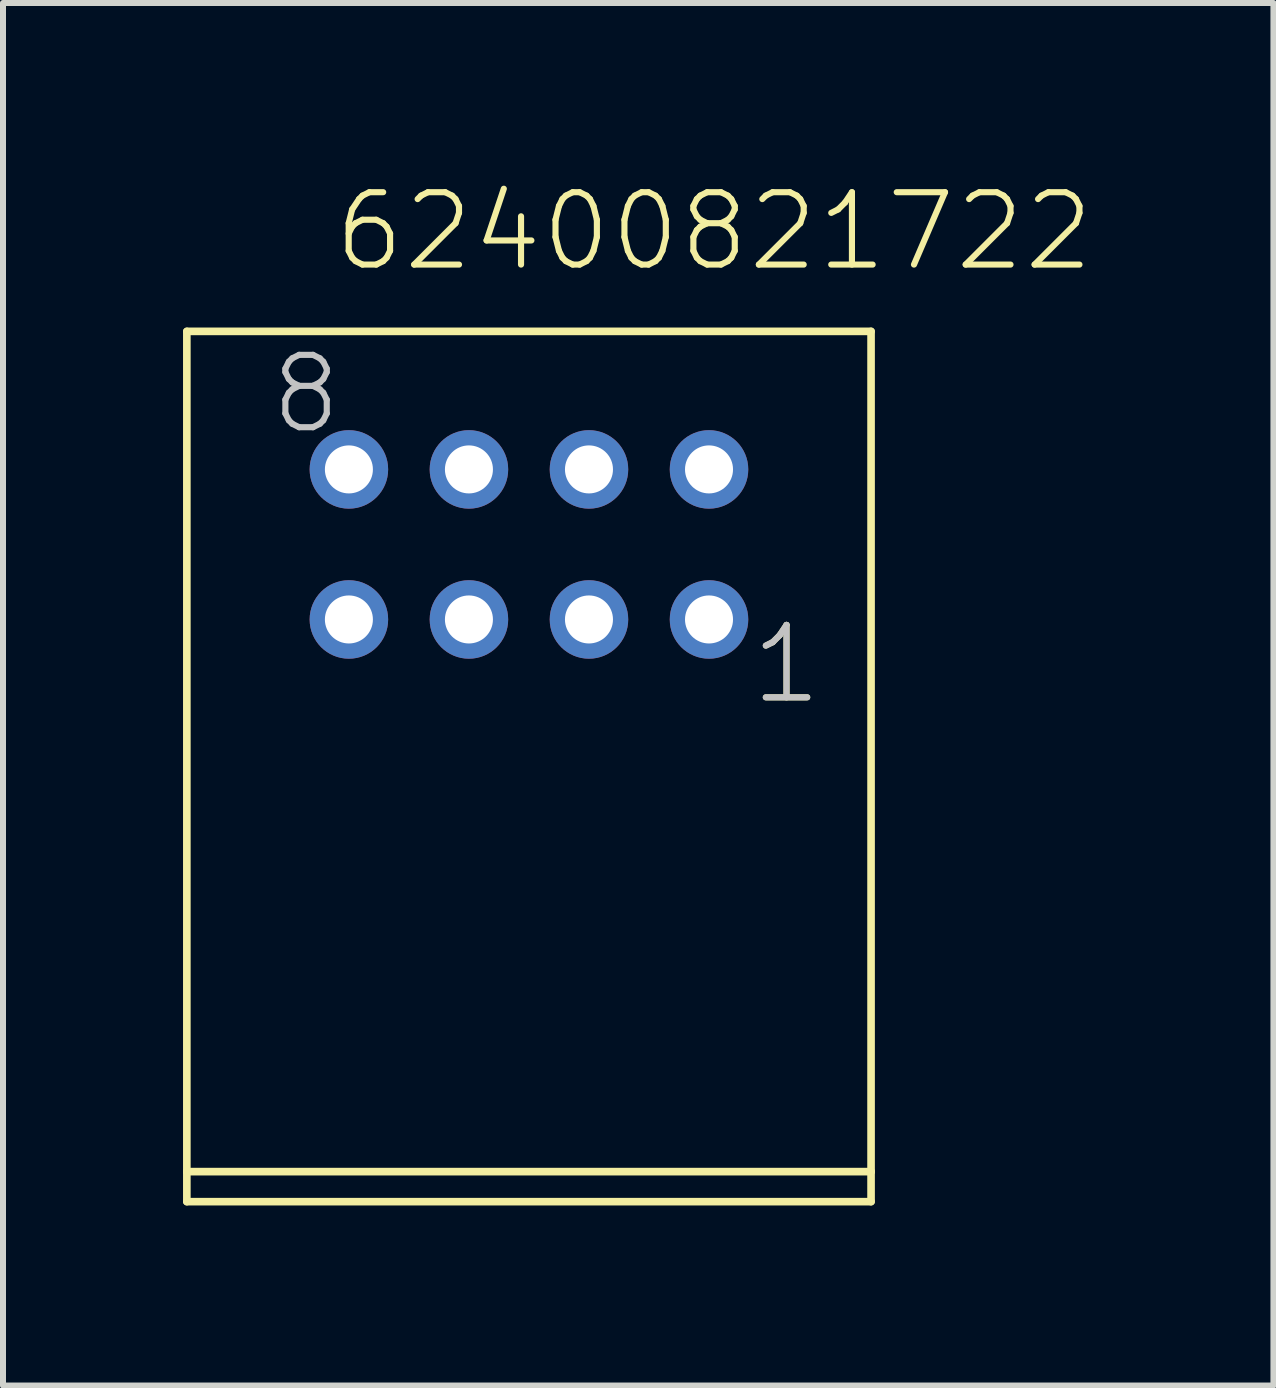
<source format=kicad_pcb>
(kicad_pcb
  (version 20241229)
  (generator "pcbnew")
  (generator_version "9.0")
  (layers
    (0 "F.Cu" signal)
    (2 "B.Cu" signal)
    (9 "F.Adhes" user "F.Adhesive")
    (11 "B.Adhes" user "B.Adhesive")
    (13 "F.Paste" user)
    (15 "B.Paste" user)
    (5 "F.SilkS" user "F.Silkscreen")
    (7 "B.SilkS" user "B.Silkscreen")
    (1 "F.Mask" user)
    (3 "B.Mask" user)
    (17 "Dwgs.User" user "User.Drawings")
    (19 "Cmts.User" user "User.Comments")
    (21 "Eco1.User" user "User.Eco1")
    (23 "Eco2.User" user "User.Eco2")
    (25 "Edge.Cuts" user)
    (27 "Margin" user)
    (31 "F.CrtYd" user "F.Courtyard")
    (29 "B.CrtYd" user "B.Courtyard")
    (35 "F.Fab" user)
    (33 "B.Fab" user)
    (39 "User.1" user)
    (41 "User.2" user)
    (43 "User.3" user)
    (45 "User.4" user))
  (footprint "62400821722"
    (layer "F.Cu")
    (at 5.763 6.021)
    (property "Reference" "62400821722" (at -3.3 -4.51 0) (layer "F.SilkS") (effects (font (size 1.206 1.206) (thickness 0.102)) (justify left bottom)))
    (attr through_hole)
    (fp_line (start -5.7 -3.55) (end -5.7 10.45) (stroke (width 0.127) (type solid)) (layer "F.SilkS"))
    (fp_line (start -5.7 10.45) (end -5.7 10.95) (stroke (width 0.127) (type solid)) (layer "F.SilkS"))
    (fp_line (start -5.7 10.45) (end 5.7 10.45) (stroke (width 0.127) (type solid)) (layer "F.SilkS"))
    (fp_line (start -5.7 10.95) (end 5.7 10.95) (stroke (width 0.127) (type solid)) (layer "F.SilkS"))
    (fp_line (start 5.7 -3.55) (end -5.7 -3.55) (stroke (width 0.127) (type solid)) (layer "F.SilkS"))
    (fp_line (start 5.7 10.45) (end 5.7 -3.55) (stroke (width 0.127) (type solid)) (layer "F.SilkS"))
    (fp_line (start 5.7 10.95) (end 5.7 10.45) (stroke (width 0.127) (type solid)) (layer "F.SilkS"))
    (fp_text user "1" (at 3.65 2.7 0) (layer "F.SilkS") (effects (font (size 1.206 1.206) (thickness 0.102)) (justify left bottom)))
    (fp_text user "8" (at -4.355 -1.8 0) (layer "Dwgs.User") (effects (font (size 1.206 1.206) (thickness 0.102)) (justify left bottom)))
    (fp_text user "1" (at 3.65 2.7 0) (layer "Dwgs.User") (effects (font (size 1.206 1.206) (thickness 0.102)) (justify left bottom)))
    (pad "1" thru_hole circle (at 3 1.25 180) (size 1.308 1.308) (drill 0.8) (layers "*.Cu" "*.Mask"))
    (pad "2" thru_hole circle (at 3 -1.25 180) (size 1.308 1.308) (drill 0.8) (layers "*.Cu" "*.Mask"))
    (pad "3" thru_hole circle (at 1 1.25 180) (size 1.308 1.308) (drill 0.8) (layers "*.Cu" "*.Mask"))
    (pad "4" thru_hole circle (at 1 -1.25 180) (size 1.308 1.308) (drill 0.8) (layers "*.Cu" "*.Mask"))
    (pad "5" thru_hole circle (at -1 1.25 180) (size 1.308 1.308) (drill 0.8) (layers "*.Cu" "*.Mask"))
    (pad "6" thru_hole circle (at -1 -1.25 180) (size 1.308 1.308) (drill 0.8) (layers "*.Cu" "*.Mask"))
    (pad "7" thru_hole circle (at -3 1.25 180) (size 1.308 1.308) (drill 0.8) (layers "*.Cu" "*.Mask"))
    (pad "8" thru_hole circle (at -3 -1.25 180) (size 1.308 1.308) (drill 0.8) (layers "*.Cu" "*.Mask")))
  (gr_rect
    (start -3 -3)
    (end 18.167 20.035)
    (stroke (width 0.1) (type default))
    (fill no)
    (layer "Edge.Cuts")))
</source>
